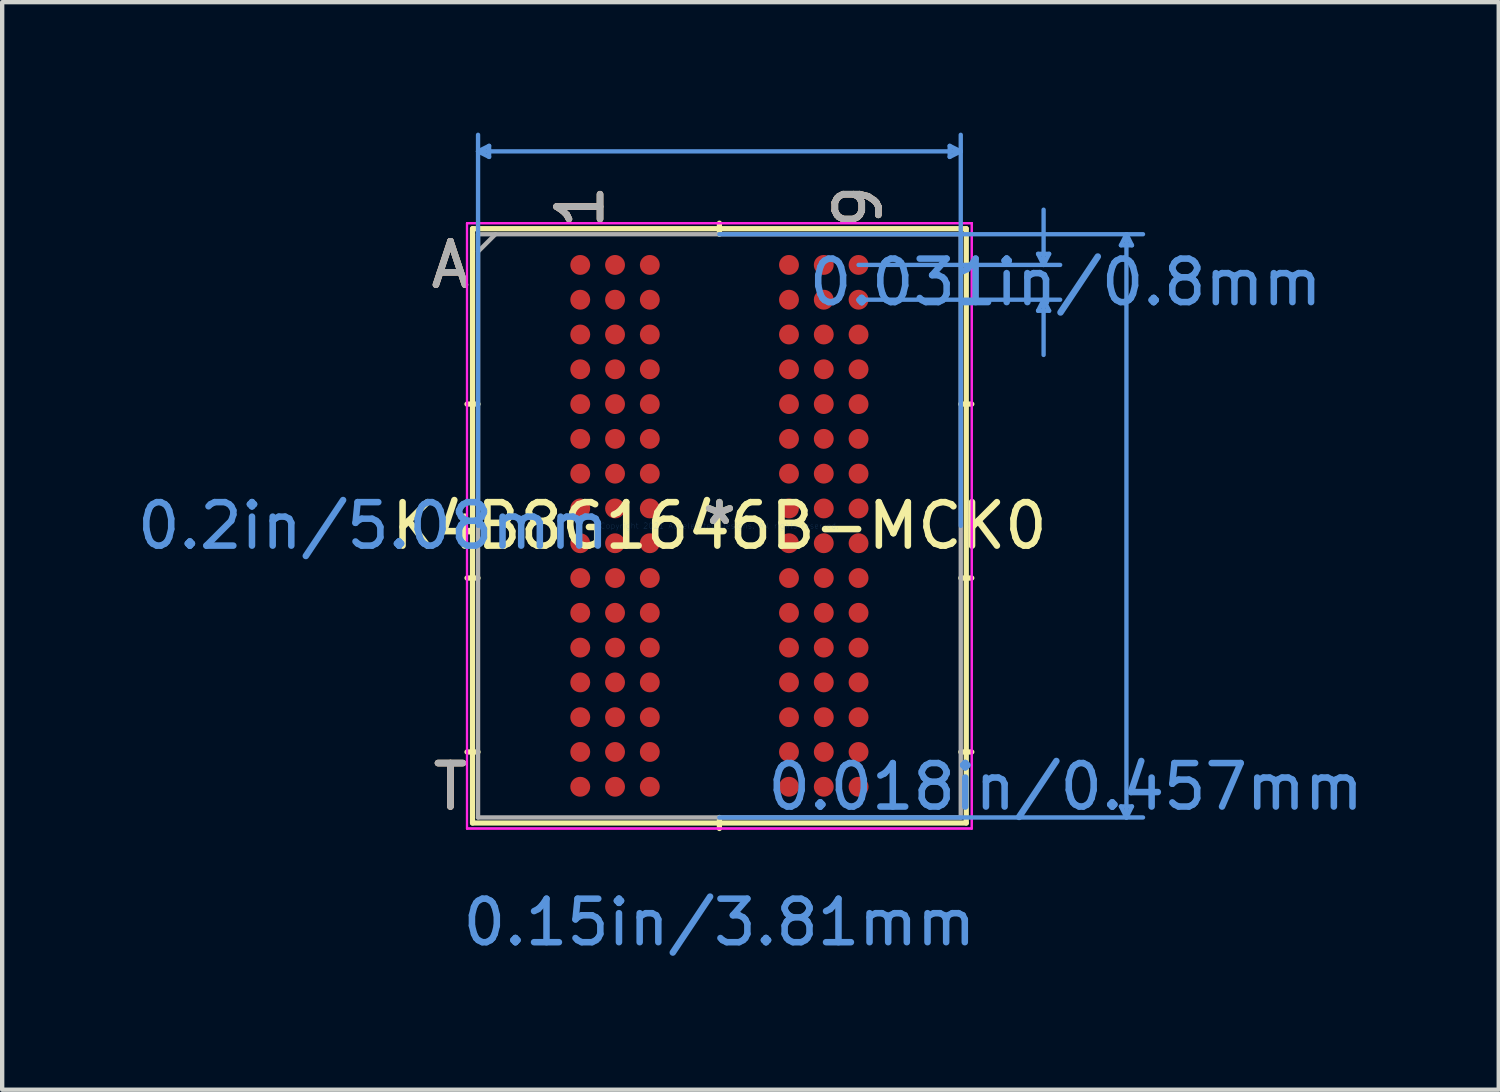
<source format=kicad_pcb>
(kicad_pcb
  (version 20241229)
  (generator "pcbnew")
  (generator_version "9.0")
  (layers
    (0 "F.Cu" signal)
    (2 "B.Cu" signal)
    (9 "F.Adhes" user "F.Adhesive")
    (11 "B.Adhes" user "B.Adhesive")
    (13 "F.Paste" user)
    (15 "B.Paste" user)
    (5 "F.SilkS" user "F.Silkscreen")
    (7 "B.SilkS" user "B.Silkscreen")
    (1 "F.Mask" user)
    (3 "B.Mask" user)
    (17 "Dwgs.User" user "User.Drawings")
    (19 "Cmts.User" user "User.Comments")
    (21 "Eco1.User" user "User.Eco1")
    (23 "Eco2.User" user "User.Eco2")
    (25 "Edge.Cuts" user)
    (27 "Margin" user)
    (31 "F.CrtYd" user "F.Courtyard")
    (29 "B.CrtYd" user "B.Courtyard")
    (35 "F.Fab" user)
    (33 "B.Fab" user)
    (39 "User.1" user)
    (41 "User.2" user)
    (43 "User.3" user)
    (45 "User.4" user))
  (footprint "K4B8G1646B-MCK0"
    (layer "F.Cu")
    (at 13.493 9.042)
    (property "Reference" "K4B8G1646B-MCK0" (at 0 0 0) (layer "F.SilkS") (effects (font (size 1 1) (thickness 0.15))))
    (attr through_hole)
    (fp_line (start -5.677 -6.833) (end -5.677 6.833) (stroke (width 0.12) (type solid)) (layer "F.SilkS"))
    (fp_line (start -5.677 6.833) (end 5.677 6.833) (stroke (width 0.12) (type solid)) (layer "F.SilkS"))
    (fp_line (start -5.55 -2.8) (end -5.804 -2.8) (stroke (width 0.12) (type solid)) (layer "F.SilkS"))
    (fp_line (start -5.55 1.2) (end -5.804 1.2) (stroke (width 0.12) (type solid)) (layer "F.SilkS"))
    (fp_line (start -5.55 5.2) (end -5.804 5.2) (stroke (width 0.12) (type solid)) (layer "F.SilkS"))
    (fp_line (start 0 -6.706) (end 0 -6.96) (stroke (width 0.12) (type solid)) (layer "F.SilkS"))
    (fp_line (start 0 6.706) (end 0 6.96) (stroke (width 0.12) (type solid)) (layer "F.SilkS"))
    (fp_line (start 5.55 -2.8) (end 5.804 -2.8) (stroke (width 0.12) (type solid)) (layer "F.SilkS"))
    (fp_line (start 5.55 1.2) (end 5.804 1.2) (stroke (width 0.12) (type solid)) (layer "F.SilkS"))
    (fp_line (start 5.55 5.2) (end 5.804 5.2) (stroke (width 0.12) (type solid)) (layer "F.SilkS"))
    (fp_line (start 5.677 -6.833) (end -5.677 -6.833) (stroke (width 0.12) (type solid)) (layer "F.SilkS"))
    (fp_line (start 5.677 6.833) (end 5.677 -6.833) (stroke (width 0.12) (type solid)) (layer "F.SilkS"))
    (fp_line (start -5.55 -8.611) (end -5.296 -8.738) (stroke (width 0.1) (type solid)) (layer "Cmts.User"))
    (fp_line (start -5.55 -8.611) (end -5.296 -8.484) (stroke (width 0.1) (type solid)) (layer "Cmts.User"))
    (fp_line (start -5.55 -8.611) (end 5.55 -8.611) (stroke (width 0.1) (type solid)) (layer "Cmts.User"))
    (fp_line (start -5.55 0) (end -5.55 -8.992) (stroke (width 0.1) (type solid)) (layer "Cmts.User"))
    (fp_line (start -5.296 -8.738) (end -5.296 -8.484) (stroke (width 0.1) (type solid)) (layer "Cmts.User"))
    (fp_line (start 0 -6.706) (end 9.741 -6.706) (stroke (width 0.1) (type solid)) (layer "Cmts.User"))
    (fp_line (start 0 6.706) (end 9.741 6.706) (stroke (width 0.1) (type solid)) (layer "Cmts.User"))
    (fp_line (start 3.2 -6) (end 7.836 -6) (stroke (width 0.1) (type solid)) (layer "Cmts.User"))
    (fp_line (start 3.2 -5.2) (end 7.836 -5.2) (stroke (width 0.1) (type solid)) (layer "Cmts.User"))
    (fp_line (start 5.296 -8.738) (end 5.296 -8.484) (stroke (width 0.1) (type solid)) (layer "Cmts.User"))
    (fp_line (start 5.55 -8.611) (end 5.296 -8.738) (stroke (width 0.1) (type solid)) (layer "Cmts.User"))
    (fp_line (start 5.55 -8.611) (end 5.296 -8.484) (stroke (width 0.1) (type solid)) (layer "Cmts.User"))
    (fp_line (start 5.55 0) (end 5.55 -8.992) (stroke (width 0.1) (type solid)) (layer "Cmts.User"))
    (fp_line (start 7.328 -6.254) (end 7.582 -6.254) (stroke (width 0.1) (type solid)) (layer "Cmts.User"))
    (fp_line (start 7.328 -4.946) (end 7.582 -4.946) (stroke (width 0.1) (type solid)) (layer "Cmts.User"))
    (fp_line (start 7.455 -6) (end 7.328 -6.254) (stroke (width 0.1) (type solid)) (layer "Cmts.User"))
    (fp_line (start 7.455 -6) (end 7.455 -7.27) (stroke (width 0.1) (type solid)) (layer "Cmts.User"))
    (fp_line (start 7.455 -6) (end 7.582 -6.254) (stroke (width 0.1) (type solid)) (layer "Cmts.User"))
    (fp_line (start 7.455 -5.2) (end 7.328 -4.946) (stroke (width 0.1) (type solid)) (layer "Cmts.User"))
    (fp_line (start 7.455 -5.2) (end 7.455 -3.93) (stroke (width 0.1) (type solid)) (layer "Cmts.User"))
    (fp_line (start 7.455 -5.2) (end 7.582 -4.946) (stroke (width 0.1) (type solid)) (layer "Cmts.User"))
    (fp_line (start 9.233 -6.452) (end 9.487 -6.452) (stroke (width 0.1) (type solid)) (layer "Cmts.User"))
    (fp_line (start 9.233 6.452) (end 9.487 6.452) (stroke (width 0.1) (type solid)) (layer "Cmts.User"))
    (fp_line (start 9.36 -6.706) (end 9.233 -6.452) (stroke (width 0.1) (type solid)) (layer "Cmts.User"))
    (fp_line (start 9.36 -6.706) (end 9.36 6.706) (stroke (width 0.1) (type solid)) (layer "Cmts.User"))
    (fp_line (start 9.36 -6.706) (end 9.487 -6.452) (stroke (width 0.1) (type solid)) (layer "Cmts.User"))
    (fp_line (start 9.36 6.706) (end 9.233 6.452) (stroke (width 0.1) (type solid)) (layer "Cmts.User"))
    (fp_line (start 9.36 6.706) (end 9.487 6.452) (stroke (width 0.1) (type solid)) (layer "Cmts.User"))
    (fp_line (start -5.804 -6.96) (end 5.804 -6.96) (stroke (width 0.05) (type solid)) (layer "F.CrtYd"))
    (fp_line (start -5.804 -6.96) (end 5.804 -6.96) (stroke (width 0.05) (type solid)) (layer "F.CrtYd"))
    (fp_line (start -5.804 6.96) (end -5.804 -6.96) (stroke (width 0.05) (type solid)) (layer "F.CrtYd"))
    (fp_line (start -5.804 6.96) (end -5.804 -6.96) (stroke (width 0.05) (type solid)) (layer "F.CrtYd"))
    (fp_line (start 5.804 -6.96) (end 5.804 6.96) (stroke (width 0.05) (type solid)) (layer "F.CrtYd"))
    (fp_line (start 5.804 -6.96) (end 5.804 6.96) (stroke (width 0.05) (type solid)) (layer "F.CrtYd"))
    (fp_line (start 5.804 6.96) (end -5.804 6.96) (stroke (width 0.05) (type solid)) (layer "F.CrtYd"))
    (fp_line (start 5.804 6.96) (end -5.804 6.96) (stroke (width 0.05) (type solid)) (layer "F.CrtYd"))
    (fp_line (start -5.55 -6.706) (end -5.55 6.706) (stroke (width 0.1) (type solid)) (layer "F.Fab"))
    (fp_line (start -5.55 6.706) (end 5.55 6.706) (stroke (width 0.1) (type solid)) (layer "F.Fab"))
    (fp_line (start -5.15 -6.706) (end -5.55 -6.306) (stroke (width 0.1) (type solid)) (layer "F.Fab"))
    (fp_line (start 5.55 -6.706) (end -5.55 -6.706) (stroke (width 0.1) (type solid)) (layer "F.Fab"))
    (fp_line (start 5.55 6.706) (end 5.55 -6.706) (stroke (width 0.1) (type solid)) (layer "F.Fab"))
    (fp_text user "T" (at -6.185 6 0) (layer "F.SilkS") (effects (font (size 1 1) (thickness 0.15))))
    (fp_text user "9" (at 3.2 -7.341 90) (layer "F.SilkS") (effects (font (size 1 1) (thickness 0.15))))
    (fp_text user "*" (at 0 0 0) (layer "F.SilkS") (effects (font (size 1 1) (thickness 0.15))))
    (fp_text user "1" (at -3.2 -7.341 90) (layer "F.SilkS") (effects (font (size 1 1) (thickness 0.15))))
    (fp_text user "A" (at -6.185 -6 0) (layer "F.SilkS") (effects (font (size 1 1) (thickness 0.15))))
    (fp_text user "1" (at -3.2 -7.341 90) (layer "B.SilkS") (effects (font (size 1 1) (thickness 0.15))))
    (fp_text user "T" (at -6.185 6 0) (layer "B.SilkS") (effects (font (size 1 1) (thickness 0.15))))
    (fp_text user "A" (at -6.185 -6 0) (layer "B.SilkS") (effects (font (size 1 1) (thickness 0.15))))
    (fp_text user "9" (at 3.2 -7.341 90) (layer "B.SilkS") (effects (font (size 1 1) (thickness 0.15))))
    (fp_text user "0.2in/5.08mm" (at -7.963 0 0) (layer "Cmts.User") (effects (font (size 1 1) (thickness 0.15))))
    (fp_text user "0.018in/0.457mm" (at 7.963 6 0) (layer "Cmts.User") (effects (font (size 1 1) (thickness 0.15))))
    (fp_text user "Copyright 2021 Accelerated Designs. All rights reserved." (at 0 0 0) (layer "Cmts.User") (effects (font (size 0.127 0.127) (thickness 0.002))))
    (fp_text user "0.15in/3.81mm" (at 0 9.119 0) (layer "Cmts.User") (effects (font (size 1 1) (thickness 0.15))))
    (fp_text user "0.031in/0.8mm" (at 7.963 -5.6 0) (layer "Cmts.User") (effects (font (size 1 1) (thickness 0.15))))
    (fp_text user "A" (at -6.185 -6 0) (layer "F.Fab") (effects (font (size 1 1) (thickness 0.15))))
    (fp_text user "T" (at -6.185 6 0) (layer "F.Fab") (effects (font (size 1 1) (thickness 0.15))))
    (fp_text user "9" (at 3.2 -7.341 90) (layer "F.Fab") (effects (font (size 1 1) (thickness 0.15))))
    (fp_text user "*" (at 0 0 0) (layer "F.Fab") (effects (font (size 1 1) (thickness 0.15))))
    (fp_text user "1" (at -3.2 -7.341 90) (layer "F.Fab") (effects (font (size 1 1) (thickness 0.15))))
    (pad "A1" smd circle (at -3.2 -6) (size 0.457 0.457) (layers "F.Cu" "F.Mask" "F.Paste"))
    (pad "A2" smd circle (at -2.4 -6) (size 0.457 0.457) (layers "F.Cu" "F.Mask" "F.Paste"))
    (pad "A3" smd circle (at -1.6 -6) (size 0.457 0.457) (layers "F.Cu" "F.Mask" "F.Paste"))
    (pad "A7" smd circle (at 1.6 -6) (size 0.457 0.457) (layers "F.Cu" "F.Mask" "F.Paste"))
    (pad "A8" smd circle (at 2.4 -6) (size 0.457 0.457) (layers "F.Cu" "F.Mask" "F.Paste"))
    (pad "A9" smd circle (at 3.2 -6) (size 0.457 0.457) (layers "F.Cu" "F.Mask" "F.Paste"))
    (pad "B1" smd circle (at -3.2 -5.2) (size 0.457 0.457) (layers "F.Cu" "F.Mask" "F.Paste"))
    (pad "B2" smd circle (at -2.4 -5.2) (size 0.457 0.457) (layers "F.Cu" "F.Mask" "F.Paste"))
    (pad "B3" smd circle (at -1.6 -5.2) (size 0.457 0.457) (layers "F.Cu" "F.Mask" "F.Paste"))
    (pad "B7" smd circle (at 1.6 -5.2) (size 0.457 0.457) (layers "F.Cu" "F.Mask" "F.Paste"))
    (pad "B8" smd circle (at 2.4 -5.2) (size 0.457 0.457) (layers "F.Cu" "F.Mask" "F.Paste"))
    (pad "B9" smd circle (at 3.2 -5.2) (size 0.457 0.457) (layers "F.Cu" "F.Mask" "F.Paste"))
    (pad "C1" smd circle (at -3.2 -4.4) (size 0.457 0.457) (layers "F.Cu" "F.Mask" "F.Paste"))
    (pad "C2" smd circle (at -2.4 -4.4) (size 0.457 0.457) (layers "F.Cu" "F.Mask" "F.Paste"))
    (pad "C3" smd circle (at -1.6 -4.4) (size 0.457 0.457) (layers "F.Cu" "F.Mask" "F.Paste"))
    (pad "C7" smd circle (at 1.6 -4.4) (size 0.457 0.457) (layers "F.Cu" "F.Mask" "F.Paste"))
    (pad "C8" smd circle (at 2.4 -4.4) (size 0.457 0.457) (layers "F.Cu" "F.Mask" "F.Paste"))
    (pad "C9" smd circle (at 3.2 -4.4) (size 0.457 0.457) (layers "F.Cu" "F.Mask" "F.Paste"))
    (pad "D1" smd circle (at -3.2 -3.6) (size 0.457 0.457) (layers "F.Cu" "F.Mask" "F.Paste"))
    (pad "D2" smd circle (at -2.4 -3.6) (size 0.457 0.457) (layers "F.Cu" "F.Mask" "F.Paste"))
    (pad "D3" smd circle (at -1.6 -3.6) (size 0.457 0.457) (layers "F.Cu" "F.Mask" "F.Paste"))
    (pad "D7" smd circle (at 1.6 -3.6) (size 0.457 0.457) (layers "F.Cu" "F.Mask" "F.Paste"))
    (pad "D8" smd circle (at 2.4 -3.6) (size 0.457 0.457) (layers "F.Cu" "F.Mask" "F.Paste"))
    (pad "D9" smd circle (at 3.2 -3.6) (size 0.457 0.457) (layers "F.Cu" "F.Mask" "F.Paste"))
    (pad "E1" smd circle (at -3.2 -2.8) (size 0.457 0.457) (layers "F.Cu" "F.Mask" "F.Paste"))
    (pad "E2" smd circle (at -2.4 -2.8) (size 0.457 0.457) (layers "F.Cu" "F.Mask" "F.Paste"))
    (pad "E3" smd circle (at -1.6 -2.8) (size 0.457 0.457) (layers "F.Cu" "F.Mask" "F.Paste"))
    (pad "E7" smd circle (at 1.6 -2.8) (size 0.457 0.457) (layers "F.Cu" "F.Mask" "F.Paste"))
    (pad "E8" smd circle (at 2.4 -2.8) (size 0.457 0.457) (layers "F.Cu" "F.Mask" "F.Paste"))
    (pad "E9" smd circle (at 3.2 -2.8) (size 0.457 0.457) (layers "F.Cu" "F.Mask" "F.Paste"))
    (pad "F1" smd circle (at -3.2 -2) (size 0.457 0.457) (layers "F.Cu" "F.Mask" "F.Paste"))
    (pad "F2" smd circle (at -2.4 -2) (size 0.457 0.457) (layers "F.Cu" "F.Mask" "F.Paste"))
    (pad "F3" smd circle (at -1.6 -2) (size 0.457 0.457) (layers "F.Cu" "F.Mask" "F.Paste"))
    (pad "F7" smd circle (at 1.6 -2) (size 0.457 0.457) (layers "F.Cu" "F.Mask" "F.Paste"))
    (pad "F8" smd circle (at 2.4 -2) (size 0.457 0.457) (layers "F.Cu" "F.Mask" "F.Paste"))
    (pad "F9" smd circle (at 3.2 -2) (size 0.457 0.457) (layers "F.Cu" "F.Mask" "F.Paste"))
    (pad "G1" smd circle (at -3.2 -1.2) (size 0.457 0.457) (layers "F.Cu" "F.Mask" "F.Paste"))
    (pad "G2" smd circle (at -2.4 -1.2) (size 0.457 0.457) (layers "F.Cu" "F.Mask" "F.Paste"))
    (pad "G3" smd circle (at -1.6 -1.2) (size 0.457 0.457) (layers "F.Cu" "F.Mask" "F.Paste"))
    (pad "G7" smd circle (at 1.6 -1.2) (size 0.457 0.457) (layers "F.Cu" "F.Mask" "F.Paste"))
    (pad "G8" smd circle (at 2.4 -1.2) (size 0.457 0.457) (layers "F.Cu" "F.Mask" "F.Paste"))
    (pad "G9" smd circle (at 3.2 -1.2) (size 0.457 0.457) (layers "F.Cu" "F.Mask" "F.Paste"))
    (pad "H1" smd circle (at -3.2 -0.4) (size 0.457 0.457) (layers "F.Cu" "F.Mask" "F.Paste"))
    (pad "H2" smd circle (at -2.4 -0.4) (size 0.457 0.457) (layers "F.Cu" "F.Mask" "F.Paste"))
    (pad "H3" smd circle (at -1.6 -0.4) (size 0.457 0.457) (layers "F.Cu" "F.Mask" "F.Paste"))
    (pad "H7" smd circle (at 1.6 -0.4) (size 0.457 0.457) (layers "F.Cu" "F.Mask" "F.Paste"))
    (pad "H8" smd circle (at 2.4 -0.4) (size 0.457 0.457) (layers "F.Cu" "F.Mask" "F.Paste"))
    (pad "H9" smd circle (at 3.2 -0.4) (size 0.457 0.457) (layers "F.Cu" "F.Mask" "F.Paste"))
    (pad "J1" smd circle (at -3.2 0.4) (size 0.457 0.457) (layers "F.Cu" "F.Mask" "F.Paste"))
    (pad "J2" smd circle (at -2.4 0.4) (size 0.457 0.457) (layers "F.Cu" "F.Mask" "F.Paste"))
    (pad "J3" smd circle (at -1.6 0.4) (size 0.457 0.457) (layers "F.Cu" "F.Mask" "F.Paste"))
    (pad "J7" smd circle (at 1.6 0.4) (size 0.457 0.457) (layers "F.Cu" "F.Mask" "F.Paste"))
    (pad "J8" smd circle (at 2.4 0.4) (size 0.457 0.457) (layers "F.Cu" "F.Mask" "F.Paste"))
    (pad "J9" smd circle (at 3.2 0.4) (size 0.457 0.457) (layers "F.Cu" "F.Mask" "F.Paste"))
    (pad "K1" smd circle (at -3.2 1.2) (size 0.457 0.457) (layers "F.Cu" "F.Mask" "F.Paste"))
    (pad "K2" smd circle (at -2.4 1.2) (size 0.457 0.457) (layers "F.Cu" "F.Mask" "F.Paste"))
    (pad "K3" smd circle (at -1.6 1.2) (size 0.457 0.457) (layers "F.Cu" "F.Mask" "F.Paste"))
    (pad "K7" smd circle (at 1.6 1.2) (size 0.457 0.457) (layers "F.Cu" "F.Mask" "F.Paste"))
    (pad "K8" smd circle (at 2.4 1.2) (size 0.457 0.457) (layers "F.Cu" "F.Mask" "F.Paste"))
    (pad "K9" smd circle (at 3.2 1.2) (size 0.457 0.457) (layers "F.Cu" "F.Mask" "F.Paste"))
    (pad "L1" smd circle (at -3.2 2) (size 0.457 0.457) (layers "F.Cu" "F.Mask" "F.Paste"))
    (pad "L2" smd circle (at -2.4 2) (size 0.457 0.457) (layers "F.Cu" "F.Mask" "F.Paste"))
    (pad "L3" smd circle (at -1.6 2) (size 0.457 0.457) (layers "F.Cu" "F.Mask" "F.Paste"))
    (pad "L7" smd circle (at 1.6 2) (size 0.457 0.457) (layers "F.Cu" "F.Mask" "F.Paste"))
    (pad "L8" smd circle (at 2.4 2) (size 0.457 0.457) (layers "F.Cu" "F.Mask" "F.Paste"))
    (pad "L9" smd circle (at 3.2 2) (size 0.457 0.457) (layers "F.Cu" "F.Mask" "F.Paste"))
    (pad "M1" smd circle (at -3.2 2.8) (size 0.457 0.457) (layers "F.Cu" "F.Mask" "F.Paste"))
    (pad "M2" smd circle (at -2.4 2.8) (size 0.457 0.457) (layers "F.Cu" "F.Mask" "F.Paste"))
    (pad "M3" smd circle (at -1.6 2.8) (size 0.457 0.457) (layers "F.Cu" "F.Mask" "F.Paste"))
    (pad "M7" smd circle (at 1.6 2.8) (size 0.457 0.457) (layers "F.Cu" "F.Mask" "F.Paste"))
    (pad "M8" smd circle (at 2.4 2.8) (size 0.457 0.457) (layers "F.Cu" "F.Mask" "F.Paste"))
    (pad "M9" smd circle (at 3.2 2.8) (size 0.457 0.457) (layers "F.Cu" "F.Mask" "F.Paste"))
    (pad "N1" smd circle (at -3.2 3.6) (size 0.457 0.457) (layers "F.Cu" "F.Mask" "F.Paste"))
    (pad "N2" smd circle (at -2.4 3.6) (size 0.457 0.457) (layers "F.Cu" "F.Mask" "F.Paste"))
    (pad "N3" smd circle (at -1.6 3.6) (size 0.457 0.457) (layers "F.Cu" "F.Mask" "F.Paste"))
    (pad "N7" smd circle (at 1.6 3.6) (size 0.457 0.457) (layers "F.Cu" "F.Mask" "F.Paste"))
    (pad "N8" smd circle (at 2.4 3.6) (size 0.457 0.457) (layers "F.Cu" "F.Mask" "F.Paste"))
    (pad "N9" smd circle (at 3.2 3.6) (size 0.457 0.457) (layers "F.Cu" "F.Mask" "F.Paste"))
    (pad "P1" smd circle (at -3.2 4.4) (size 0.457 0.457) (layers "F.Cu" "F.Mask" "F.Paste"))
    (pad "P2" smd circle (at -2.4 4.4) (size 0.457 0.457) (layers "F.Cu" "F.Mask" "F.Paste"))
    (pad "P3" smd circle (at -1.6 4.4) (size 0.457 0.457) (layers "F.Cu" "F.Mask" "F.Paste"))
    (pad "P7" smd circle (at 1.6 4.4) (size 0.457 0.457) (layers "F.Cu" "F.Mask" "F.Paste"))
    (pad "P8" smd circle (at 2.4 4.4) (size 0.457 0.457) (layers "F.Cu" "F.Mask" "F.Paste"))
    (pad "P9" smd circle (at 3.2 4.4) (size 0.457 0.457) (layers "F.Cu" "F.Mask" "F.Paste"))
    (pad "R1" smd circle (at -3.2 5.2) (size 0.457 0.457) (layers "F.Cu" "F.Mask" "F.Paste"))
    (pad "R2" smd circle (at -2.4 5.2) (size 0.457 0.457) (layers "F.Cu" "F.Mask" "F.Paste"))
    (pad "R3" smd circle (at -1.6 5.2) (size 0.457 0.457) (layers "F.Cu" "F.Mask" "F.Paste"))
    (pad "R7" smd circle (at 1.6 5.2) (size 0.457 0.457) (layers "F.Cu" "F.Mask" "F.Paste"))
    (pad "R8" smd circle (at 2.4 5.2) (size 0.457 0.457) (layers "F.Cu" "F.Mask" "F.Paste"))
    (pad "R9" smd circle (at 3.2 5.2) (size 0.457 0.457) (layers "F.Cu" "F.Mask" "F.Paste"))
    (pad "T1" smd circle (at -3.2 6) (size 0.457 0.457) (layers "F.Cu" "F.Mask" "F.Paste"))
    (pad "T2" smd circle (at -2.4 6) (size 0.457 0.457) (layers "F.Cu" "F.Mask" "F.Paste"))
    (pad "T3" smd circle (at -1.6 6) (size 0.457 0.457) (layers "F.Cu" "F.Mask" "F.Paste"))
    (pad "T7" smd circle (at 1.6 6) (size 0.457 0.457) (layers "F.Cu" "F.Mask" "F.Paste"))
    (pad "T8" smd circle (at 2.4 6) (size 0.457 0.457) (layers "F.Cu" "F.Mask" "F.Paste"))
    (pad "T9" smd circle (at 3.2 6) (size 0.457 0.457) (layers "F.Cu" "F.Mask" "F.Paste")))
  (gr_rect
    (start -3 -3)
    (end 31.414 22.008)
    (stroke (width 0.1) (type default))
    (fill no)
    (layer "Edge.Cuts")))
</source>
